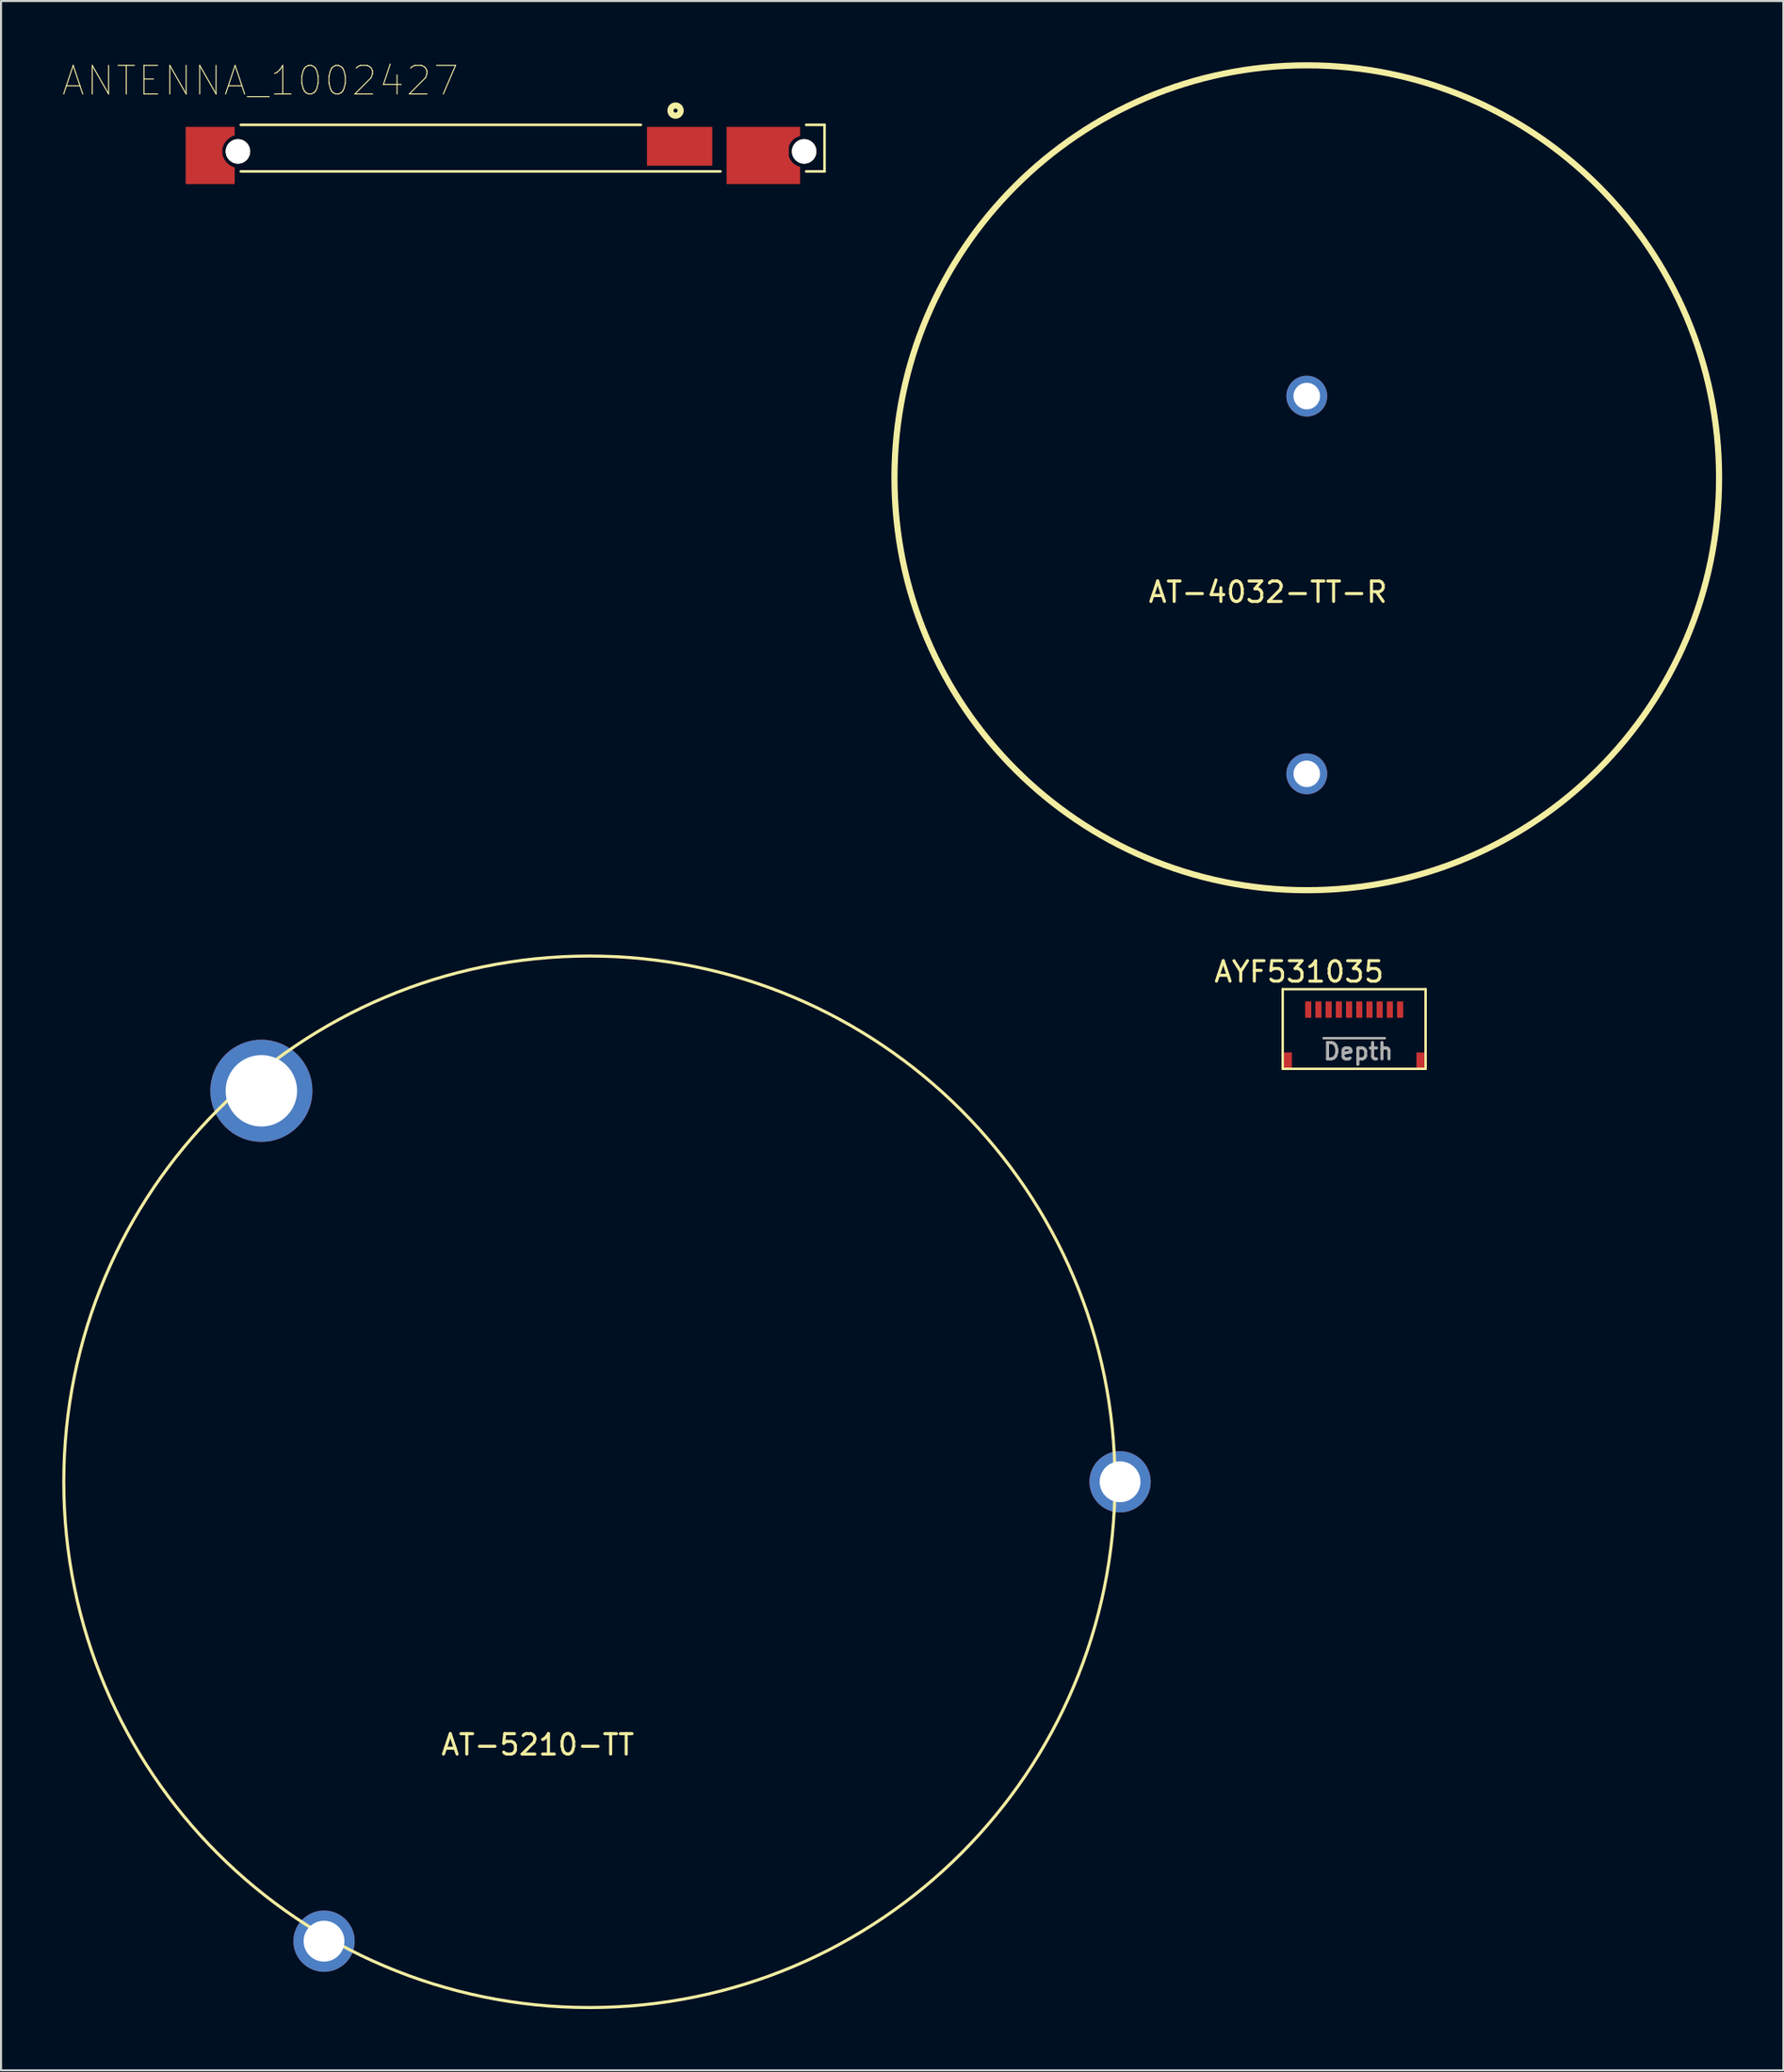
<source format=kicad_pcb>
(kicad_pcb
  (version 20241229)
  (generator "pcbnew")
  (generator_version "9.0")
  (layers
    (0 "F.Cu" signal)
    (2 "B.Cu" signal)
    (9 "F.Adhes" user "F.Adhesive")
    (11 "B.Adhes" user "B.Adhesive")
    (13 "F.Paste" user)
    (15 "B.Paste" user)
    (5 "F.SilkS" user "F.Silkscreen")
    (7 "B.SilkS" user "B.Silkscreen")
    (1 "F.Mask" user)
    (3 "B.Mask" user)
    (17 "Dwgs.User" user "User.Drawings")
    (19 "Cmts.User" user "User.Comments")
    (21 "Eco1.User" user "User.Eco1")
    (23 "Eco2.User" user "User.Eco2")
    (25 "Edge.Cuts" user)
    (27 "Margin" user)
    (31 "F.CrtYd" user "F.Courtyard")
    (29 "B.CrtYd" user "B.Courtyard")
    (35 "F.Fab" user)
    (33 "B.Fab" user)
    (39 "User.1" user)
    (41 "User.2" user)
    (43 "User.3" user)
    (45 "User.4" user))
  (footprint "AT-5210-TT"
    (layer "F.Cu")
    (at 25.825 69.525)
    (property "Reference" "AT-5210-TT" (at -2.53 12.88 0) (layer "F.SilkS") (effects (font (size 1 1) (thickness 0.15))))
    (attr through_hole)
    (fp_circle (center 0 0) (end 25.75 0) (stroke (width 0.15) (type solid)) (fill no) (layer "F.SilkS"))
    (pad "" np_thru_hole circle (at -16.07 -19.15) (size 5 5) (drill 3.5) (layers "*.Cu" "*.Mask"))
    (pad "1" thru_hole circle (at 26 0) (size 3 3) (drill 2) (layers "*.Cu" "*.Mask"))
    (pad "2" thru_hole circle (at -13 22.5) (size 3 3) (drill 2) (layers "*.Cu" "*.Mask")))
  (footprint "AYF531035"
    (layer "F.Cu")
    (at 63.293 46.398)
    (property "Reference" "AYF531035" (at -2.7 -1.85 0) (layer "F.SilkS") (effects (font (size 1 1) (thickness 0.15))))
    (attr through_hole)
    (fp_line (start -3.5 -1) (end -3.5 2.9) (stroke (width 0.12) (type solid)) (layer "F.SilkS"))
    (fp_line (start -3.5 -1) (end 3.5 -1) (stroke (width 0.12) (type solid)) (layer "F.SilkS"))
    (fp_line (start 3.5 -1) (end 3.5 2.9) (stroke (width 0.12) (type solid)) (layer "F.SilkS"))
    (fp_line (start 3.5 2.9) (end -3.5 2.9) (stroke (width 0.12) (type solid)) (layer "F.SilkS"))
    (fp_line (start -1.5 1.4) (end 1.5 1.4) (stroke (width 0.12) (type solid)) (layer "F.Fab"))
    (fp_text user "Depth" (at 0.2 2.05 0) (layer "F.Fab") (effects (font (size 0.8 0.8) (thickness 0.15))))
    (pad "0" smd rect (at -3.25 2.5) (size 0.4 0.8) (layers "F.Cu" "F.Mask" "F.Paste"))
    (pad "0" smd rect (at 3.25 2.5) (size 0.4 0.8) (layers "F.Cu" "F.Mask" "F.Paste"))
    (pad "1" smd rect (at -2.25 0) (size 0.3 0.8) (layers "F.Cu" "F.Mask" "F.Paste"))
    (pad "2" smd rect (at -1.75 0) (size 0.3 0.8) (layers "F.Cu" "F.Mask" "F.Paste"))
    (pad "3" smd rect (at -1.25 0) (size 0.3 0.8) (layers "F.Cu" "F.Mask" "F.Paste"))
    (pad "4" smd rect (at -0.75 0) (size 0.3 0.8) (layers "F.Cu" "F.Mask" "F.Paste"))
    (pad "5" smd rect (at -0.25 0) (size 0.3 0.8) (layers "F.Cu" "F.Mask" "F.Paste"))
    (pad "6" smd rect (at 0.25 0) (size 0.3 0.8) (layers "F.Cu" "F.Mask" "F.Paste"))
    (pad "7" smd rect (at 0.75 0) (size 0.3 0.8) (layers "F.Cu" "F.Mask" "F.Paste"))
    (pad "8" smd rect (at 1.25 0) (size 0.3 0.8) (layers "F.Cu" "F.Mask" "F.Paste"))
    (pad "9" smd rect (at 1.75 0) (size 0.3 0.8) (layers "F.Cu" "F.Mask" "F.Paste"))
    (pad "10" smd rect (at 2.25 0) (size 0.3 0.8) (layers "F.Cu" "F.Mask" "F.Paste")))
  (footprint "ANTENNA_1002427"
    (layer "F.Cu")
    (at 6.146 3.066)
    (property "Reference" "ANTENNA_1002427" (at 3.556 -2.159 0) (layer "F.SilkS") (effects (font (size 1.4 1.4) (thickness 0.05))))
    (attr smd)
    (fp_poly (pts (xy 2.3 0.515) (xy 2.3 0.1) (xy -0.1 0.1) (xy -0.1 2.9) (xy 2.3 2.9) (xy 2.3 2.085) (xy 2.286 2.081) (xy 2.257 2.071) (xy 2.229 2.06) (xy 2.2 2.048) (xy 2.172 2.035) (xy 2.145 2.021) (xy 2.118 2.006) (xy 2.092 1.99) (xy 2.066 1.973) (xy 2.041 1.956) (xy 2.016 1.937) (xy 1.992 1.918) (xy 1.969 1.898) (xy 1.947 1.877) (xy 1.925 1.855) (xy 1.904 1.832) (xy 1.884 1.809) (xy 1.864 1.785) (xy 1.846 1.761) (xy 1.828 1.736) (xy 1.811 1.71) (xy 1.796 1.683) (xy 1.781 1.657) (xy 1.767 1.629) (xy 1.754 1.601) (xy 1.742 1.573) (xy 1.731 1.544) (xy 1.721 1.515) (xy 1.712 1.486) (xy 1.704 1.456) (xy 1.7 1.44) (xy 1.7 1.17) (xy 1.702 1.162) (xy 1.709 1.132) (xy 1.718 1.102) (xy 1.727 1.073) (xy 1.738 1.044) (xy 1.749 1.015) (xy 1.762 0.987) (xy 1.776 0.959) (xy 1.79 0.931) (xy 1.806 0.905) (xy 1.822 0.878) (xy 1.84 0.853) (xy 1.858 0.827) (xy 1.877 0.803) (xy 1.897 0.779) (xy 1.918 0.756) (xy 1.939 0.734) (xy 1.961 0.712) (xy 1.984 0.692) (xy 2.008 0.672) (xy 2.033 0.653) (xy 2.058 0.634) (xy 2.083 0.617) (xy 2.11 0.601) (xy 2.137 0.585) (xy 2.164 0.571) (xy 2.192 0.557) (xy 2.22 0.544) (xy 2.249 0.533) (xy 2.278 0.522)) (stroke (width 0.0001) (type solid)) (fill yes) (layer "F.Cu"))
    (fp_poly (pts (xy 26.4 0.1) (xy 30 0.1) (xy 30 0.55) (xy 29.992 0.552) (xy 29.967 0.559) (xy 29.941 0.566) (xy 29.916 0.575) (xy 29.892 0.584) (xy 29.867 0.595) (xy 29.843 0.606) (xy 29.82 0.618) (xy 29.797 0.631) (xy 29.774 0.644) (xy 29.752 0.659) (xy 29.73 0.674) (xy 29.709 0.69) (xy 29.689 0.706) (xy 29.669 0.724) (xy 29.649 0.742) (xy 29.631 0.76) (xy 29.613 0.78) (xy 29.595 0.8) (xy 29.579 0.82) (xy 29.563 0.841) (xy 29.548 0.863) (xy 29.533 0.885) (xy 29.52 0.908) (xy 29.507 0.931) (xy 29.495 0.954) (xy 29.484 0.978) (xy 29.473 1.003) (xy 29.464 1.027) (xy 29.455 1.052) (xy 29.45 1.07) (xy 29.45 1.53) (xy 29.455 1.548) (xy 29.464 1.573) (xy 29.473 1.597) (xy 29.484 1.622) (xy 29.495 1.646) (xy 29.507 1.669) (xy 29.52 1.692) (xy 29.533 1.715) (xy 29.548 1.737) (xy 29.563 1.759) (xy 29.579 1.78) (xy 29.595 1.8) (xy 29.613 1.82) (xy 29.631 1.84) (xy 29.649 1.858) (xy 29.669 1.876) (xy 29.689 1.894) (xy 29.709 1.91) (xy 29.73 1.926) (xy 29.752 1.941) (xy 29.774 1.956) (xy 29.797 1.969) (xy 29.82 1.982) (xy 29.843 1.994) (xy 29.867 2.005) (xy 29.892 2.016) (xy 29.916 2.025) (xy 29.941 2.034) (xy 29.967 2.041) (xy 29.992 2.048) (xy 30 2.05) (xy 30 2.9) (xy 26.4 2.9)) (stroke (width 0.0001) (type solid)) (fill yes) (layer "F.Cu"))
    (fp_poly (pts (xy -0.2 0) (xy 2.4 0) (xy 2.4 3) (xy -0.2 3)) (stroke (width 0) (type solid)) (fill yes) (layer "F.Mask"))
    (fp_poly (pts (xy 26.3 0) (xy 30.1 0) (xy 30.1 3) (xy 26.3 3)) (stroke (width 0) (type solid)) (fill yes) (layer "F.Mask"))
    (fp_line (start 2.6 0) (end 22.2 0) (stroke (width 0.127) (type solid)) (layer "F.SilkS"))
    (fp_line (start 26.1 2.28) (end 2.6 2.28) (stroke (width 0.127) (type solid)) (layer "F.SilkS"))
    (fp_line (start 30.3 0) (end 31.2 0) (stroke (width 0.127) (type solid)) (layer "F.SilkS"))
    (fp_line (start 31.2 0) (end 31.2 2.28) (stroke (width 0.127) (type solid)) (layer "F.SilkS"))
    (fp_line (start 31.2 2.28) (end 30.3 2.28) (stroke (width 0.127) (type solid)) (layer "F.SilkS"))
    (fp_circle (center 23.9 -0.7) (end 24 -0.7) (stroke (width 0.3) (type solid)) (fill no) (layer "F.SilkS"))
    (fp_poly (pts (xy 2.3 0.515) (xy 2.3 0.1) (xy -0.1 0.1) (xy -0.1 2.9) (xy 2.3 2.9) (xy 2.3 2.085) (xy 2.286 2.081) (xy 2.257 2.071) (xy 2.229 2.06) (xy 2.2 2.048) (xy 2.172 2.035) (xy 2.145 2.021) (xy 2.118 2.006) (xy 2.092 1.99) (xy 2.066 1.973) (xy 2.041 1.956) (xy 2.016 1.937) (xy 1.992 1.918) (xy 1.969 1.898) (xy 1.947 1.877) (xy 1.925 1.855) (xy 1.904 1.832) (xy 1.884 1.809) (xy 1.864 1.785) (xy 1.846 1.761) (xy 1.828 1.736) (xy 1.811 1.71) (xy 1.796 1.683) (xy 1.781 1.657) (xy 1.767 1.629) (xy 1.754 1.601) (xy 1.742 1.573) (xy 1.731 1.544) (xy 1.721 1.515) (xy 1.712 1.486) (xy 1.704 1.456) (xy 1.7 1.44) (xy 1.7 1.17) (xy 1.702 1.162) (xy 1.709 1.132) (xy 1.718 1.102) (xy 1.727 1.073) (xy 1.738 1.044) (xy 1.749 1.015) (xy 1.762 0.987) (xy 1.776 0.959) (xy 1.79 0.931) (xy 1.806 0.905) (xy 1.822 0.878) (xy 1.84 0.853) (xy 1.858 0.827) (xy 1.877 0.803) (xy 1.897 0.779) (xy 1.918 0.756) (xy 1.939 0.734) (xy 1.961 0.712) (xy 1.984 0.692) (xy 2.008 0.672) (xy 2.033 0.653) (xy 2.058 0.634) (xy 2.083 0.617) (xy 2.11 0.601) (xy 2.137 0.585) (xy 2.164 0.571) (xy 2.192 0.557) (xy 2.22 0.544) (xy 2.249 0.533) (xy 2.278 0.522)) (stroke (width 0.0001) (type solid)) (fill yes) (layer "F.Paste"))
    (fp_poly (pts (xy 26.4 0.1) (xy 30 0.1) (xy 30 0.55) (xy 29.992 0.552) (xy 29.967 0.559) (xy 29.941 0.566) (xy 29.916 0.575) (xy 29.892 0.584) (xy 29.867 0.595) (xy 29.843 0.606) (xy 29.82 0.618) (xy 29.797 0.631) (xy 29.774 0.644) (xy 29.752 0.659) (xy 29.73 0.674) (xy 29.709 0.69) (xy 29.689 0.706) (xy 29.669 0.724) (xy 29.649 0.742) (xy 29.631 0.76) (xy 29.613 0.78) (xy 29.595 0.8) (xy 29.579 0.82) (xy 29.563 0.841) (xy 29.548 0.863) (xy 29.533 0.885) (xy 29.52 0.908) (xy 29.507 0.931) (xy 29.495 0.954) (xy 29.484 0.978) (xy 29.473 1.003) (xy 29.464 1.027) (xy 29.455 1.052) (xy 29.45 1.07) (xy 29.45 1.53) (xy 29.455 1.548) (xy 29.464 1.573) (xy 29.473 1.597) (xy 29.484 1.622) (xy 29.495 1.646) (xy 29.507 1.669) (xy 29.52 1.692) (xy 29.533 1.715) (xy 29.548 1.737) (xy 29.563 1.759) (xy 29.579 1.78) (xy 29.595 1.8) (xy 29.613 1.82) (xy 29.631 1.84) (xy 29.649 1.858) (xy 29.669 1.876) (xy 29.689 1.894) (xy 29.709 1.91) (xy 29.73 1.926) (xy 29.752 1.941) (xy 29.774 1.956) (xy 29.797 1.969) (xy 29.82 1.982) (xy 29.843 1.994) (xy 29.867 2.005) (xy 29.892 2.016) (xy 29.916 2.025) (xy 29.941 2.034) (xy 29.967 2.041) (xy 29.992 2.048) (xy 30 2.05) (xy 30 2.9) (xy 26.4 2.9)) (stroke (width 0.0001) (type solid)) (fill yes) (layer "F.Paste"))
    (fp_line (start -0.35 -0.25) (end 31.45 -0.25) (stroke (width 0.05) (type solid)) (layer "Eco1.User"))
    (fp_line (start -0.35 3.15) (end -0.35 -0.25) (stroke (width 0.05) (type solid)) (layer "Eco1.User"))
    (fp_line (start 31.45 -0.25) (end 31.45 3.15) (stroke (width 0.05) (type solid)) (layer "Eco1.User"))
    (fp_line (start 31.45 3.15) (end -0.35 3.15) (stroke (width 0.05) (type solid)) (layer "Eco1.User"))
    (fp_line (start 0 0) (end 31.2 0) (stroke (width 0.127) (type solid)) (layer "Eco2.User"))
    (fp_line (start 0 2.28) (end 0 0) (stroke (width 0.127) (type solid)) (layer "Eco2.User"))
    (fp_line (start 31.2 0) (end 31.2 2.28) (stroke (width 0.127) (type solid)) (layer "Eco2.User"))
    (fp_line (start 31.2 2.28) (end 0 2.28) (stroke (width 0.127) (type solid)) (layer "Eco2.User"))
    (fp_circle (center 23.9 -0.7) (end 24 -0.7) (stroke (width 0.3) (type solid)) (fill no) (layer "Eco2.User"))
    (pad "" np_thru_hole circle (at 2.46 1.3) (size 1.2 1.2) (drill 1.2) (layers "*.Cu" "*.Mask" "F.SilkS"))
    (pad "" np_thru_hole circle (at 30.2 1.3) (size 1.2 1.2) (drill 1.2) (layers "*.Cu" "*.Mask" "F.SilkS"))
    (pad "1" smd rect (at 24.1 1.05) (size 3.2 1.9) (layers "F.Cu" "F.Mask" "F.Paste"))
    (pad "2" smd rect (at 28.02 1.375) (size 0.3 0.3) (layers "F.Cu" "F.Mask" "F.Paste"))
    (pad "3" smd rect (at 0.875 1.325) (size 0.3 0.3) (layers "F.Cu" "F.Mask" "F.Paste")))
  (footprint "AT-4032-TT-R"
    (layer "F.Cu")
    (at 60.971 20.35)
    (property "Reference" "AT-4032-TT-R" (at -1.9 5.6 0) (layer "F.SilkS") (effects (font (size 1 1) (thickness 0.15))))
    (attr through_hole)
    (fp_circle (center 0 0) (end 20.2 0) (stroke (width 0.3) (type solid)) (fill no) (layer "F.SilkS"))
    (pad "1" thru_hole circle (at 0 -4) (size 2 2) (drill 1.3) (layers "*.Cu" "*.Mask"))
    (pad "2" thru_hole circle (at 0 14.5) (size 2 2) (drill 1.3) (layers "*.Cu" "*.Mask")))
  (gr_rect
    (start -3 -3)
    (end 84.321 98.35)
    (stroke (width 0.1) (type default))
    (fill no)
    (layer "Edge.Cuts")))
</source>
